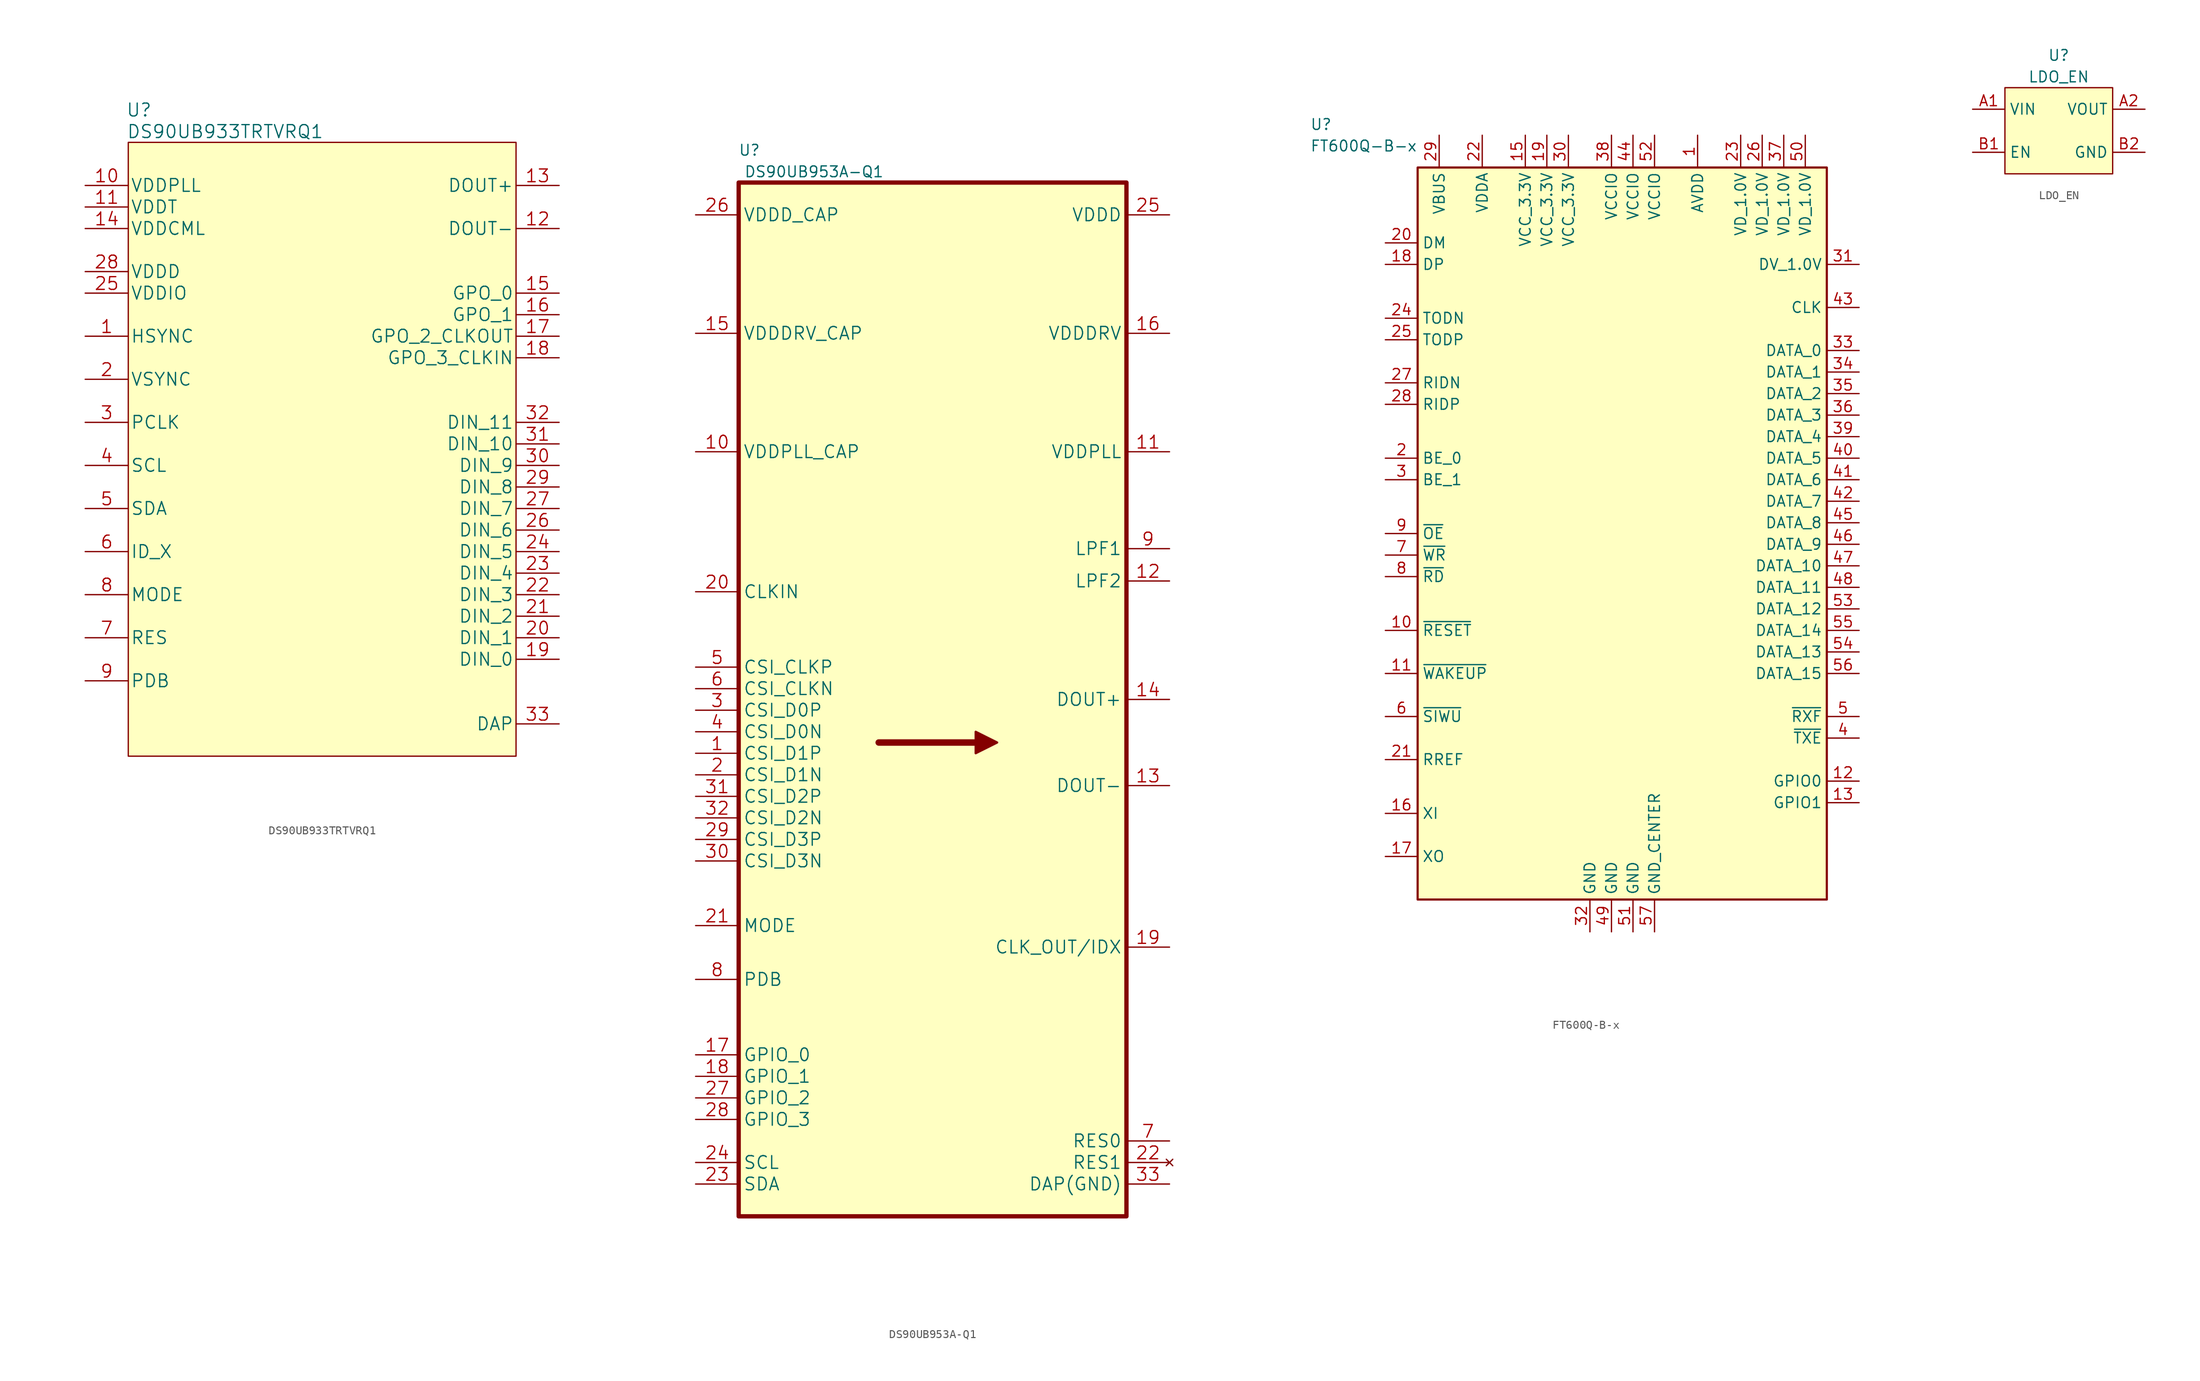
<source format=kicad_sym>
(kicad_symbol_lib
  (version 20211014)
  (generator kicad_symbol_editor)
  (symbol "DS90UB933TRTVRQ1"
    (pin_names
      (offset 0.254))
    (property "Reference" "U"
      (at -21.59 39.37 0)
      (effects (font (size 1.524 1.524))))
    (property "Value" "DS90UB933TRTVRQ1"
      (at -11.43 36.83 0)
      (effects (font (size 1.524 1.524))))
    (property "Datasheet" ""
      (at 0 0 0)
      (effects (font (size 1.524 1.524))))
    (property "ki_locked" ""
      (at 0 0 0)
      (effects (font (size 1.27 1.27))))
    (symbol "DS90UB933TRTVRQ1_1_1"
      (rectangle (start -22.86 35.56) (end 22.86 -36.83) (stroke (width 0.152) (type default) (color 0 0 0 0)) (fill (type background)))
      (pin input line (at -27.94 12.7 0) (length 5.08) (name "HSYNC" (effects (font (size 1.499 1.499)))) (number "1" (effects (font (size 1.499 1.499)))))
      (pin power_in line (at -27.94 30.48 0) (length 5.08) (name "VDDPLL" (effects (font (size 1.499 1.499)))) (number "10" (effects (font (size 1.499 1.499)))))
      (pin power_in line (at -27.94 27.94 0) (length 5.08) (name "VDDT" (effects (font (size 1.499 1.499)))) (number "11" (effects (font (size 1.499 1.499)))))
      (pin bidirectional line (at 27.94 25.4 180) (length 5.08) (name "DOUT-" (effects (font (size 1.499 1.499)))) (number "12" (effects (font (size 1.499 1.499)))))
      (pin bidirectional line (at 27.94 30.48 180) (length 5.08) (name "DOUT+" (effects (font (size 1.499 1.499)))) (number "13" (effects (font (size 1.499 1.499)))))
      (pin power_in line (at -27.94 25.4 0) (length 5.08) (name "VDDCML" (effects (font (size 1.499 1.499)))) (number "14" (effects (font (size 1.499 1.499)))))
      (pin output line (at 27.94 17.78 180) (length 5.08) (name "GPO_0" (effects (font (size 1.499 1.499)))) (number "15" (effects (font (size 1.499 1.499)))))
      (pin output line (at 27.94 15.24 180) (length 5.08) (name "GPO_1" (effects (font (size 1.499 1.499)))) (number "16" (effects (font (size 1.499 1.499)))))
      (pin output line (at 27.94 12.7 180) (length 5.08) (name "GPO_2_CLKOUT" (effects (font (size 1.499 1.499)))) (number "17" (effects (font (size 1.499 1.499)))))
      (pin bidirectional line (at 27.94 10.16 180) (length 5.08) (name "GPO_3_CLKIN" (effects (font (size 1.499 1.499)))) (number "18" (effects (font (size 1.499 1.499)))))
      (pin input line (at 27.94 -25.4 180) (length 5.08) (name "DIN_0" (effects (font (size 1.499 1.499)))) (number "19" (effects (font (size 1.499 1.499)))))
      (pin input line (at -27.94 7.62 0) (length 5.08) (name "VSYNC" (effects (font (size 1.499 1.499)))) (number "2" (effects (font (size 1.499 1.499)))))
      (pin input line (at 27.94 -22.86 180) (length 5.08) (name "DIN_1" (effects (font (size 1.499 1.499)))) (number "20" (effects (font (size 1.499 1.499)))))
      (pin input line (at 27.94 -20.32 180) (length 5.08) (name "DIN_2" (effects (font (size 1.499 1.499)))) (number "21" (effects (font (size 1.499 1.499)))))
      (pin input line (at 27.94 -17.78 180) (length 5.08) (name "DIN_3" (effects (font (size 1.499 1.499)))) (number "22" (effects (font (size 1.499 1.499)))))
      (pin input line (at 27.94 -15.24 180) (length 5.08) (name "DIN_4" (effects (font (size 1.499 1.499)))) (number "23" (effects (font (size 1.499 1.499)))))
      (pin input line (at 27.94 -12.7 180) (length 5.08) (name "DIN_5" (effects (font (size 1.499 1.499)))) (number "24" (effects (font (size 1.499 1.499)))))
      (pin power_in line (at -27.94 17.78 0) (length 5.08) (name "VDDIO" (effects (font (size 1.499 1.499)))) (number "25" (effects (font (size 1.499 1.499)))))
      (pin input line (at 27.94 -10.16 180) (length 5.08) (name "DIN_6" (effects (font (size 1.499 1.499)))) (number "26" (effects (font (size 1.499 1.499)))))
      (pin input line (at 27.94 -7.62 180) (length 5.08) (name "DIN_7" (effects (font (size 1.499 1.499)))) (number "27" (effects (font (size 1.499 1.499)))))
      (pin power_in line (at -27.94 20.32 0) (length 5.08) (name "VDDD" (effects (font (size 1.499 1.499)))) (number "28" (effects (font (size 1.499 1.499)))))
      (pin input line (at 27.94 -5.08 180) (length 5.08) (name "DIN_8" (effects (font (size 1.499 1.499)))) (number "29" (effects (font (size 1.499 1.499)))))
      (pin input line (at -27.94 2.54 0) (length 5.08) (name "PCLK" (effects (font (size 1.499 1.499)))) (number "3" (effects (font (size 1.499 1.499)))))
      (pin input line (at 27.94 -2.54 180) (length 5.08) (name "DIN_9" (effects (font (size 1.499 1.499)))) (number "30" (effects (font (size 1.499 1.499)))))
      (pin input line (at 27.94 0 180) (length 5.08) (name "DIN_10" (effects (font (size 1.499 1.499)))) (number "31" (effects (font (size 1.499 1.499)))))
      (pin input line (at 27.94 2.54 180) (length 5.08) (name "DIN_11" (effects (font (size 1.499 1.499)))) (number "32" (effects (font (size 1.499 1.499)))))
      (pin power_in line (at 27.94 -33.02 180) (length 5.08) (name "DAP" (effects (font (size 1.499 1.499)))) (number "33" (effects (font (size 1.499 1.499)))))
      (pin bidirectional line (at -27.94 -2.54 0) (length 5.08) (name "SCL" (effects (font (size 1.499 1.499)))) (number "4" (effects (font (size 1.499 1.499)))))
      (pin bidirectional line (at -27.94 -7.62 0) (length 5.08) (name "SDA" (effects (font (size 1.499 1.499)))) (number "5" (effects (font (size 1.499 1.499)))))
      (pin input line (at -27.94 -12.7 0) (length 5.08) (name "ID_X" (effects (font (size 1.499 1.499)))) (number "6" (effects (font (size 1.499 1.499)))))
      (pin input line (at -27.94 -22.86 0) (length 5.08) (name "RES" (effects (font (size 1.499 1.499)))) (number "7" (effects (font (size 1.499 1.499)))))
      (pin input line (at -27.94 -17.78 0) (length 5.08) (name "MODE" (effects (font (size 1.499 1.499)))) (number "8" (effects (font (size 1.499 1.499)))))
      (pin input line (at -27.94 -27.94 0) (length 5.08) (name "PDB" (effects (font (size 1.499 1.499)))) (number "9" (effects (font (size 1.499 1.499)))))))
  (symbol "DS90UB953A-Q1"
    (property "Reference" "U"
      (at -20.32 48.26 0)
      (effects (font (size 1.27 1.27))))
    (property "Value" "DS90UB953A-Q1"
      (at -12.7 45.72 0)
      (effects (font (size 1.27 1.27))))
    (symbol "DS90UB953A-Q1_0_1"
      (polyline (pts (xy -5.08 -21.59) (xy 6.35 -21.59)) (stroke (width 0.762) (type default) (color 0 0 0 0)) (fill (type none)))
      (polyline (pts (xy 8.89 -21.59) (xy 6.35 -20.32) (xy 6.35 -22.86) (xy 8.89 -21.59)) (stroke (width 0.254) (type default) (color 0 0 0 0)) (fill (type outline))))
    (symbol "DS90UB953A-Q1_1_1"
      (rectangle (start -21.59 44.45) (end 24.13 -77.47) (stroke (width 0.508) (type default) (color 0 0 0 0)) (fill (type background)))
      (pin input line (at -26.67 -22.86 0) (length 5.08) (name "CSI_D1P" (effects (font (size 1.499 1.499)))) (number "1" (effects (font (size 1.499 1.499)))))
      (pin passive line (at -26.67 12.7 0) (length 5.08) (name "VDDPLL_CAP" (effects (font (size 1.499 1.499)))) (number "10" (effects (font (size 1.499 1.499)))))
      (pin power_in line (at 29.21 12.7 180) (length 5.08) (name "VDDPLL" (effects (font (size 1.499 1.499)))) (number "11" (effects (font (size 1.499 1.499)))))
      (pin passive line (at 29.21 -2.54 180) (length 5.08) (name "LPF2" (effects (font (size 1.499 1.499)))) (number "12" (effects (font (size 1.499 1.499)))))
      (pin bidirectional line (at 29.21 -26.67 180) (length 5.08) (name "DOUT-" (effects (font (size 1.499 1.499)))) (number "13" (effects (font (size 1.499 1.499)))))
      (pin bidirectional line (at 29.21 -16.51 180) (length 5.08) (name "DOUT+" (effects (font (size 1.499 1.499)))) (number "14" (effects (font (size 1.499 1.499)))))
      (pin passive line (at -26.67 26.67 0) (length 5.08) (name "VDDDRV_CAP" (effects (font (size 1.499 1.499)))) (number "15" (effects (font (size 1.499 1.499)))))
      (pin power_in line (at 29.21 26.67 180) (length 5.08) (name "VDDDRV" (effects (font (size 1.499 1.499)))) (number "16" (effects (font (size 1.499 1.499)))))
      (pin bidirectional line (at -26.67 -58.42 0) (length 5.08) (name "GPIO_0" (effects (font (size 1.499 1.499)))) (number "17" (effects (font (size 1.499 1.499)))))
      (pin bidirectional line (at -26.67 -60.96 0) (length 5.08) (name "GPIO_1" (effects (font (size 1.499 1.499)))) (number "18" (effects (font (size 1.499 1.499)))))
      (pin input line (at 29.21 -45.72 180) (length 5.08) (name "CLK_OUT/IDX" (effects (font (size 1.499 1.499)))) (number "19" (effects (font (size 1.499 1.499)))))
      (pin input line (at -26.67 -25.4 0) (length 5.08) (name "CSI_D1N" (effects (font (size 1.499 1.499)))) (number "2" (effects (font (size 1.499 1.499)))))
      (pin input line (at -26.67 -3.81 0) (length 5.08) (name "CLKIN" (effects (font (size 1.499 1.499)))) (number "20" (effects (font (size 1.499 1.499)))))
      (pin input line (at -26.67 -43.18 0) (length 5.08) (name "MODE" (effects (font (size 1.499 1.499)))) (number "21" (effects (font (size 1.499 1.499)))))
      (pin no_connect line (at 29.21 -71.12 180) (length 5.08) (name "RES1" (effects (font (size 1.499 1.499)))) (number "22" (effects (font (size 1.499 1.499)))))
      (pin bidirectional line (at -26.67 -73.66 0) (length 5.08) (name "SDA" (effects (font (size 1.499 1.499)))) (number "23" (effects (font (size 1.499 1.499)))))
      (pin bidirectional line (at -26.67 -71.12 0) (length 5.08) (name "SCL" (effects (font (size 1.499 1.499)))) (number "24" (effects (font (size 1.499 1.499)))))
      (pin power_in line (at 29.21 40.64 180) (length 5.08) (name "VDDD" (effects (font (size 1.499 1.499)))) (number "25" (effects (font (size 1.499 1.499)))))
      (pin passive line (at -26.67 40.64 0) (length 5.08) (name "VDDD_CAP" (effects (font (size 1.499 1.499)))) (number "26" (effects (font (size 1.499 1.499)))))
      (pin bidirectional line (at -26.67 -63.5 0) (length 5.08) (name "GPIO_2" (effects (font (size 1.499 1.499)))) (number "27" (effects (font (size 1.499 1.499)))))
      (pin bidirectional line (at -26.67 -66.04 0) (length 5.08) (name "GPIO_3" (effects (font (size 1.499 1.499)))) (number "28" (effects (font (size 1.499 1.499)))))
      (pin input line (at -26.67 -33.02 0) (length 5.08) (name "CSI_D3P" (effects (font (size 1.499 1.499)))) (number "29" (effects (font (size 1.499 1.499)))))
      (pin input line (at -26.67 -17.78 0) (length 5.08) (name "CSI_D0P" (effects (font (size 1.499 1.499)))) (number "3" (effects (font (size 1.499 1.499)))))
      (pin input line (at -26.67 -35.56 0) (length 5.08) (name "CSI_D3N" (effects (font (size 1.499 1.499)))) (number "30" (effects (font (size 1.499 1.499)))))
      (pin input line (at -26.67 -27.94 0) (length 5.08) (name "CSI_D2P" (effects (font (size 1.499 1.499)))) (number "31" (effects (font (size 1.499 1.499)))))
      (pin input line (at -26.67 -30.48 0) (length 5.08) (name "CSI_D2N" (effects (font (size 1.499 1.499)))) (number "32" (effects (font (size 1.499 1.499)))))
      (pin power_in line (at 29.21 -73.66 180) (length 5.08) (name "DAP(GND)" (effects (font (size 1.499 1.499)))) (number "33" (effects (font (size 1.499 1.499)))))
      (pin input line (at -26.67 -20.32 0) (length 5.08) (name "CSI_D0N" (effects (font (size 1.499 1.499)))) (number "4" (effects (font (size 1.499 1.499)))))
      (pin input line (at -26.67 -12.7 0) (length 5.08) (name "CSI_CLKP" (effects (font (size 1.499 1.499)))) (number "5" (effects (font (size 1.499 1.499)))))
      (pin input line (at -26.67 -15.24 0) (length 5.08) (name "CSI_CLKN" (effects (font (size 1.499 1.499)))) (number "6" (effects (font (size 1.499 1.499)))))
      (pin input line (at 29.21 -68.58 180) (length 5.08) (name "RES0" (effects (font (size 1.499 1.499)))) (number "7" (effects (font (size 1.499 1.499)))))
      (pin input line (at -26.67 -49.53 0) (length 5.08) (name "PDB" (effects (font (size 1.499 1.499)))) (number "8" (effects (font (size 1.499 1.499)))))
      (pin passive line (at 29.21 1.27 180) (length 5.08) (name "LPF1" (effects (font (size 1.499 1.499)))) (number "9" (effects (font (size 1.499 1.499)))))))
  (symbol "FT600Q-B-x"
    (property "Reference" "U"
      (at -36.83 48.26 0)
      (effects (font (size 1.27 1.27)) (justify left)))
    (property "Value" "FT600Q-B-x"
      (at -36.83 45.72 0)
      (effects (font (size 1.27 1.27)) (justify left)))
    (symbol "FT600Q-B-x_0_0"
      (pin power_in line (at 1.27 46.99 270) (length 3.81) (name "VCCIO" (effects (font (size 1.27 1.27)))) (number "44" (effects (font (size 1.27 1.27)))))
      (pin power_out line (at 21.59 46.99 270) (length 3.81) (name "VD_1.0V" (effects (font (size 1.27 1.27)))) (number "50" (effects (font (size 1.27 1.27)))))
      (pin power_in line (at 1.27 -46.99 90) (length 3.81) (name "GND" (effects (font (size 1.27 1.27)))) (number "51" (effects (font (size 1.27 1.27)))))
      (pin power_in line (at 3.81 46.99 270) (length 3.81) (name "VCCIO" (effects (font (size 1.27 1.27)))) (number "52" (effects (font (size 1.27 1.27)))))
      (pin power_in line (at 3.81 -46.99 90) (length 3.81) (name "GND_CENTER" (effects (font (size 1.27 1.27)))) (number "57" (effects (font (size 1.27 1.27))))))
    (symbol "FT600Q-B-x_0_1"
      (rectangle (start -24.13 43.18) (end 24.13 -43.18) (stroke (width 0.254) (type default) (color 0 0 0 0)) (fill (type background))))
    (symbol "FT600Q-B-x_1_1"
      (pin power_in line (at 8.89 46.99 270) (length 3.81) (name "AVDD" (effects (font (size 1.27 1.27)))) (number "1" (effects (font (size 1.27 1.27)))))
      (pin input line (at -27.94 -11.43 0) (length 3.81) (name "~{RESET}" (effects (font (size 1.27 1.27)))) (number "10" (effects (font (size 1.27 1.27)))))
      (pin bidirectional line (at -27.94 -16.51 0) (length 3.81) (name "~{WAKEUP}" (effects (font (size 1.27 1.27)))) (number "11" (effects (font (size 1.27 1.27)))))
      (pin bidirectional line (at 27.94 -29.21 180) (length 3.81) (name "GPIO0" (effects (font (size 1.27 1.27)))) (number "12" (effects (font (size 1.27 1.27)))))
      (pin bidirectional line (at 27.94 -31.75 180) (length 3.81) (name "GPIO1" (effects (font (size 1.27 1.27)))) (number "13" (effects (font (size 1.27 1.27)))))
      (pin no_connect line (at 21.59 -35.56 180) (length 3.81) hide (name "RESERVED" (effects (font (size 1.27 1.27)))) (number "14" (effects (font (size 1.27 1.27)))))
      (pin power_in line (at -11.43 46.99 270) (length 3.81) (name "VCC_3.3V" (effects (font (size 1.27 1.27)))) (number "15" (effects (font (size 1.27 1.27)))))
      (pin input line (at -27.94 -33.02 0) (length 3.81) (name "XI" (effects (font (size 1.27 1.27)))) (number "16" (effects (font (size 1.27 1.27)))))
      (pin output line (at -27.94 -38.1 0) (length 3.81) (name "XO" (effects (font (size 1.27 1.27)))) (number "17" (effects (font (size 1.27 1.27)))))
      (pin bidirectional line (at -27.94 31.75 0) (length 3.81) (name "DP" (effects (font (size 1.27 1.27)))) (number "18" (effects (font (size 1.27 1.27)))))
      (pin power_in line (at -8.89 46.99 270) (length 3.81) (name "VCC_3.3V" (effects (font (size 1.27 1.27)))) (number "19" (effects (font (size 1.27 1.27)))))
      (pin bidirectional line (at -27.94 8.89 0) (length 3.81) (name "BE_0" (effects (font (size 1.27 1.27)))) (number "2" (effects (font (size 1.27 1.27)))))
      (pin bidirectional line (at -27.94 34.29 0) (length 3.81) (name "DM" (effects (font (size 1.27 1.27)))) (number "20" (effects (font (size 1.27 1.27)))))
      (pin input line (at -27.94 -26.67 0) (length 3.81) (name "RREF" (effects (font (size 1.27 1.27)))) (number "21" (effects (font (size 1.27 1.27)))))
      (pin power_in line (at -16.51 46.99 270) (length 3.81) (name "VDDA" (effects (font (size 1.27 1.27)))) (number "22" (effects (font (size 1.27 1.27)))))
      (pin power_out line (at 13.97 46.99 270) (length 3.81) (name "VD_1.0V" (effects (font (size 1.27 1.27)))) (number "23" (effects (font (size 1.27 1.27)))))
      (pin output line (at -27.94 25.4 0) (length 3.81) (name "TODN" (effects (font (size 1.27 1.27)))) (number "24" (effects (font (size 1.27 1.27)))))
      (pin output line (at -27.94 22.86 0) (length 3.81) (name "TODP" (effects (font (size 1.27 1.27)))) (number "25" (effects (font (size 1.27 1.27)))))
      (pin power_out line (at 16.51 46.99 270) (length 3.81) (name "VD_1.0V" (effects (font (size 1.27 1.27)))) (number "26" (effects (font (size 1.27 1.27)))))
      (pin input line (at -27.94 17.78 0) (length 3.81) (name "RIDN" (effects (font (size 1.27 1.27)))) (number "27" (effects (font (size 1.27 1.27)))))
      (pin input line (at -27.94 15.24 0) (length 3.81) (name "RIDP" (effects (font (size 1.27 1.27)))) (number "28" (effects (font (size 1.27 1.27)))))
      (pin power_in line (at -21.59 46.99 270) (length 3.81) (name "VBUS" (effects (font (size 1.27 1.27)))) (number "29" (effects (font (size 1.27 1.27)))))
      (pin bidirectional line (at -27.94 6.35 0) (length 3.81) (name "BE_1" (effects (font (size 1.27 1.27)))) (number "3" (effects (font (size 1.27 1.27)))))
      (pin power_in line (at -6.35 46.99 270) (length 3.81) (name "VCC_3.3V" (effects (font (size 1.27 1.27)))) (number "30" (effects (font (size 1.27 1.27)))))
      (pin power_out line (at 27.94 31.75 180) (length 3.81) (name "DV_1.0V" (effects (font (size 1.27 1.27)))) (number "31" (effects (font (size 1.27 1.27)))))
      (pin power_in line (at -3.81 -46.99 90) (length 3.81) (name "GND" (effects (font (size 1.27 1.27)))) (number "32" (effects (font (size 1.27 1.27)))))
      (pin bidirectional line (at 27.94 21.59 180) (length 3.81) (name "DATA_0" (effects (font (size 1.27 1.27)))) (number "33" (effects (font (size 1.27 1.27)))))
      (pin bidirectional line (at 27.94 19.05 180) (length 3.81) (name "DATA_1" (effects (font (size 1.27 1.27)))) (number "34" (effects (font (size 1.27 1.27)))))
      (pin bidirectional line (at 27.94 16.51 180) (length 3.81) (name "DATA_2" (effects (font (size 1.27 1.27)))) (number "35" (effects (font (size 1.27 1.27)))))
      (pin bidirectional line (at 27.94 13.97 180) (length 3.81) (name "DATA_3" (effects (font (size 1.27 1.27)))) (number "36" (effects (font (size 1.27 1.27)))))
      (pin power_out line (at 19.05 46.99 270) (length 3.81) (name "VD_1.0V" (effects (font (size 1.27 1.27)))) (number "37" (effects (font (size 1.27 1.27)))))
      (pin power_in line (at -1.27 46.99 270) (length 3.81) (name "VCCIO" (effects (font (size 1.27 1.27)))) (number "38" (effects (font (size 1.27 1.27)))))
      (pin bidirectional line (at 27.94 11.43 180) (length 3.81) (name "DATA_4" (effects (font (size 1.27 1.27)))) (number "39" (effects (font (size 1.27 1.27)))))
      (pin output line (at 27.94 -24.13 180) (length 3.81) (name "~{TXE}" (effects (font (size 1.27 1.27)))) (number "4" (effects (font (size 1.27 1.27)))))
      (pin bidirectional line (at 27.94 8.89 180) (length 3.81) (name "DATA_5" (effects (font (size 1.27 1.27)))) (number "40" (effects (font (size 1.27 1.27)))))
      (pin bidirectional line (at 27.94 6.35 180) (length 3.81) (name "DATA_6" (effects (font (size 1.27 1.27)))) (number "41" (effects (font (size 1.27 1.27)))))
      (pin bidirectional line (at 27.94 3.81 180) (length 3.81) (name "DATA_7" (effects (font (size 1.27 1.27)))) (number "42" (effects (font (size 1.27 1.27)))))
      (pin output line (at 27.94 26.67 180) (length 3.81) (name "CLK" (effects (font (size 1.27 1.27)))) (number "43" (effects (font (size 1.27 1.27)))))
      (pin bidirectional line (at 27.94 1.27 180) (length 3.81) (name "DATA_8" (effects (font (size 1.27 1.27)))) (number "45" (effects (font (size 1.27 1.27)))))
      (pin bidirectional line (at 27.94 -1.27 180) (length 3.81) (name "DATA_9" (effects (font (size 1.27 1.27)))) (number "46" (effects (font (size 1.27 1.27)))))
      (pin bidirectional line (at 27.94 -3.81 180) (length 3.81) (name "DATA_10" (effects (font (size 1.27 1.27)))) (number "47" (effects (font (size 1.27 1.27)))))
      (pin bidirectional line (at 27.94 -6.35 180) (length 3.81) (name "DATA_11" (effects (font (size 1.27 1.27)))) (number "48" (effects (font (size 1.27 1.27)))))
      (pin power_in line (at -1.27 -46.99 90) (length 3.81) (name "GND" (effects (font (size 1.27 1.27)))) (number "49" (effects (font (size 1.27 1.27)))))
      (pin output line (at 27.94 -21.59 180) (length 3.81) (name "~{RXF}" (effects (font (size 1.27 1.27)))) (number "5" (effects (font (size 1.27 1.27)))))
      (pin bidirectional line (at 27.94 -8.89 180) (length 3.81) (name "DATA_12" (effects (font (size 1.27 1.27)))) (number "53" (effects (font (size 1.27 1.27)))))
      (pin bidirectional line (at 27.94 -13.97 180) (length 3.81) (name "DATA_13" (effects (font (size 1.27 1.27)))) (number "54" (effects (font (size 1.27 1.27)))))
      (pin bidirectional line (at 27.94 -11.43 180) (length 3.81) (name "DATA_14" (effects (font (size 1.27 1.27)))) (number "55" (effects (font (size 1.27 1.27)))))
      (pin bidirectional line (at 27.94 -16.51 180) (length 3.81) (name "DATA_15" (effects (font (size 1.27 1.27)))) (number "56" (effects (font (size 1.27 1.27)))))
      (pin input line (at -27.94 -21.59 0) (length 3.81) (name "~{SIWU}" (effects (font (size 1.27 1.27)))) (number "6" (effects (font (size 1.27 1.27)))))
      (pin input line (at -27.94 -2.54 0) (length 3.81) (name "~{WR}" (effects (font (size 1.27 1.27)))) (number "7" (effects (font (size 1.27 1.27)))))
      (pin input line (at -27.94 -5.08 0) (length 3.81) (name "~{RD}" (effects (font (size 1.27 1.27)))) (number "8" (effects (font (size 1.27 1.27)))))
      (pin input line (at -27.94 0 0) (length 3.81) (name "~{OE}" (effects (font (size 1.27 1.27)))) (number "9" (effects (font (size 1.27 1.27)))))))
  (symbol "LDO_EN"
    (property "Reference" "U"
      (at 0 8.89 0)
      (effects (font (size 1.27 1.27))))
    (property "Value" "LDO_EN"
      (at 0 6.35 0)
      (effects (font (size 1.27 1.27))))
    (symbol "LDO_EN_0_1"
      (rectangle (start -6.35 5.08) (end 6.35 -5.08) (stroke (width 0.152) (type default) (color 0 0 0 0)) (fill (type background))))
    (symbol "LDO_EN_1_1"
      (pin power_in line (at -10.16 2.54 0) (length 3.81) (name "VIN" (effects (font (size 1.27 1.27)))) (number "A1" (effects (font (size 1.27 1.27)))))
      (pin power_out line (at 10.16 2.54 180) (length 3.81) (name "VOUT" (effects (font (size 1.27 1.27)))) (number "A2" (effects (font (size 1.27 1.27)))))
      (pin input line (at -10.16 -2.54 0) (length 3.81) (name "EN" (effects (font (size 1.27 1.27)))) (number "B1" (effects (font (size 1.27 1.27)))))
      (pin power_in line (at 10.16 -2.54 180) (length 3.81) (name "GND" (effects (font (size 1.27 1.27)))) (number "B2" (effects (font (size 1.27 1.27))))))))
</source>
